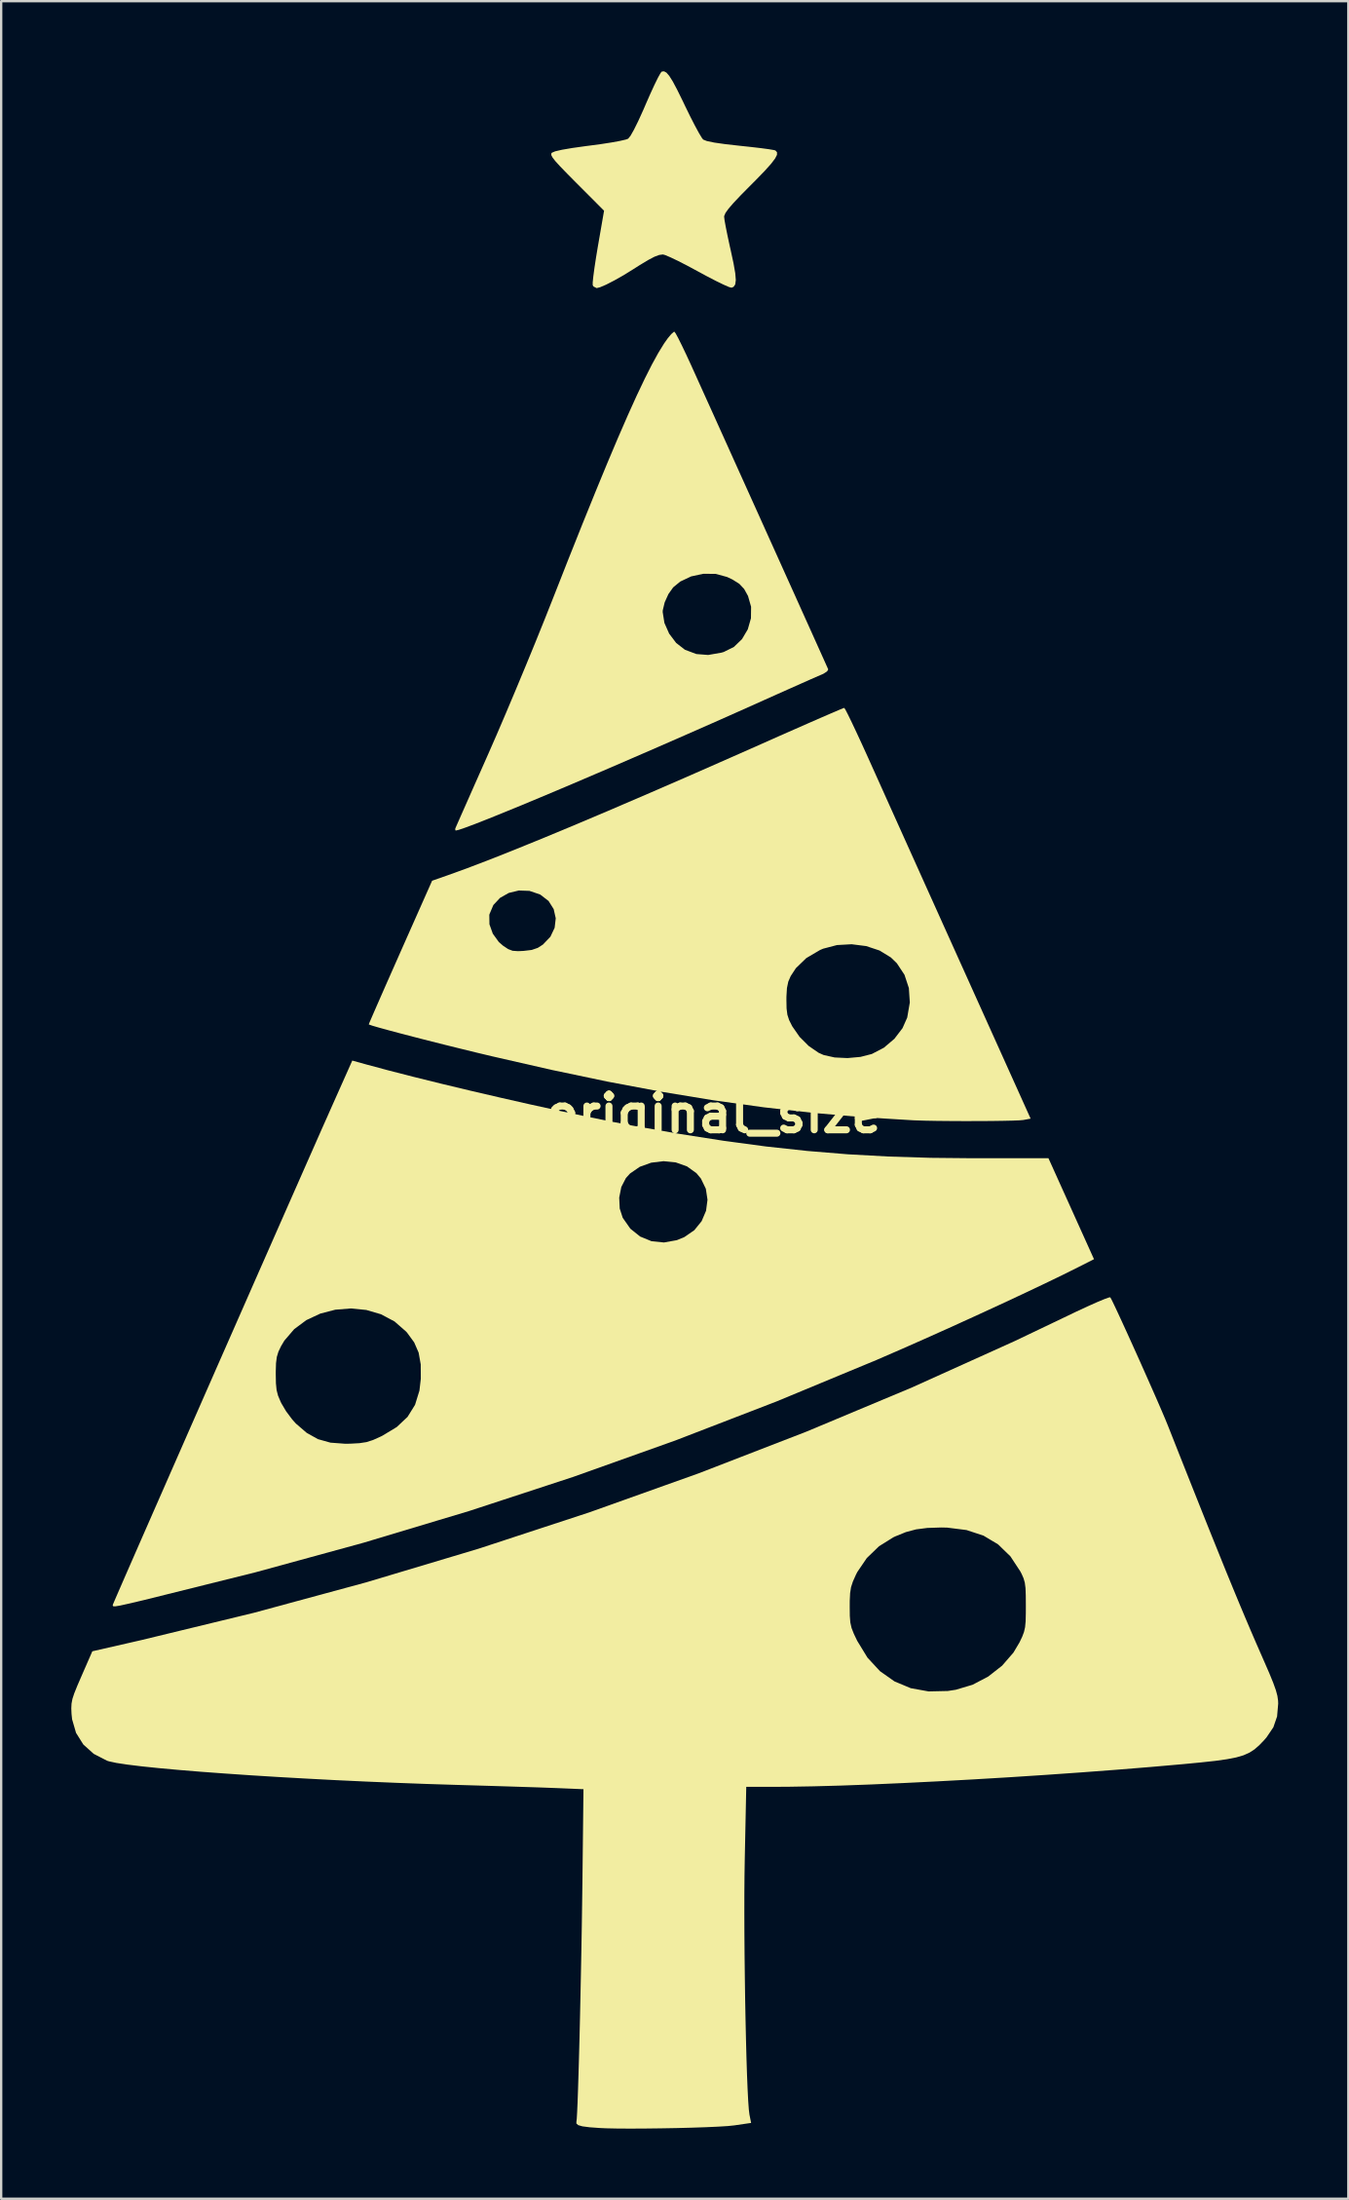
<source format=kicad_pcb>
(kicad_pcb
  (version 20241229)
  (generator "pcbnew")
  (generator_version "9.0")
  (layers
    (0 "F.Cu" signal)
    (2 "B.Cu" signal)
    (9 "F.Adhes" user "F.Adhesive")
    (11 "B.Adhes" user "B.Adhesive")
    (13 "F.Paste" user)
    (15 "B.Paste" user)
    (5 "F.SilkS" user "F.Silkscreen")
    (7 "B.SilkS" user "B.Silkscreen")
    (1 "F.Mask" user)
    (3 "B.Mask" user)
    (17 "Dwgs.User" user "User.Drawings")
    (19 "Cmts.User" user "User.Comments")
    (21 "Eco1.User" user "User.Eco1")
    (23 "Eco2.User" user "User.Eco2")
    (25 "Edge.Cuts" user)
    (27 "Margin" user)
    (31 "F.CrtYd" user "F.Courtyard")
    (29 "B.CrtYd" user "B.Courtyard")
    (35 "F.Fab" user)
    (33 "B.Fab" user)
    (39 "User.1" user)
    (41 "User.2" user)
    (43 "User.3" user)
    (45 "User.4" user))
  (footprint "original_size"
    (layer "F.Cu")
    (at 27.5 44.577)
    (property "Reference" "original_size" (at 0 0 0) (layer "F.SilkS") (effects (font (size 1.524 1.524) (thickness 0.3))))
    (attr board_only exclude_from_pos_files exclude_from_bom)
    (fp_poly (pts (xy -2.04 -44.521) (xy -1.92 -44.383) (xy -1.771 -44.146) (xy -1.583 -43.793) (xy -1.343 -43.306) (xy -1.242 -43.094) (xy -1.026 -42.653) (xy -0.825 -42.26) (xy -0.653 -41.943) (xy -0.526 -41.732) (xy -0.468 -41.658) (xy -0.312 -41.596) (xy 0.009 -41.529) (xy 0.489 -41.461) (xy 1.105 -41.392) (xy 1.582 -41.341) (xy 2.002 -41.292) (xy 2.336 -41.247) (xy 2.552 -41.211) (xy 2.62 -41.193) (xy 2.689 -41.118) (xy 2.689 -41.007) (xy 2.607 -40.847) (xy 2.436 -40.622) (xy 2.164 -40.319) (xy 1.781 -39.924) (xy 1.566 -39.709) (xy 1.141 -39.279) (xy 0.828 -38.948) (xy 0.614 -38.7) (xy 0.486 -38.521) (xy 0.432 -38.395) (xy 0.428 -38.355) (xy 0.447 -38.199) (xy 0.499 -37.913) (xy 0.576 -37.534) (xy 0.67 -37.097) (xy 0.711 -36.915) (xy 0.831 -36.358) (xy 0.903 -35.945) (xy 0.927 -35.653) (xy 0.903 -35.465) (xy 0.832 -35.36) (xy 0.743 -35.323) (xy 0.631 -35.354) (xy 0.398 -35.456) (xy 0.07 -35.616) (xy -0.325 -35.821) (xy -0.696 -36.022) (xy -1.133 -36.257) (xy -1.53 -36.461) (xy -1.86 -36.619) (xy -2.093 -36.718) (xy -2.193 -36.745) (xy -2.352 -36.723) (xy -2.553 -36.648) (xy -2.824 -36.506) (xy -3.19 -36.285) (xy -3.454 -36.117) (xy -3.869 -35.86) (xy -4.267 -35.635) (xy -4.615 -35.456) (xy -4.882 -35.342) (xy -5.026 -35.306) (xy -5.16 -35.374) (xy -5.194 -35.428) (xy -5.195 -35.548) (xy -5.169 -35.805) (xy -5.12 -36.171) (xy -5.052 -36.617) (xy -4.975 -37.083) (xy -4.709 -38.616) (xy -5.887 -39.796) (xy -6.293 -40.206) (xy -6.591 -40.514) (xy -6.794 -40.737) (xy -6.914 -40.893) (xy -6.967 -40.996) (xy -6.965 -41.064) (xy -6.941 -41.096) (xy -6.802 -41.155) (xy -6.508 -41.223) (xy -6.069 -41.298) (xy -5.499 -41.378) (xy -5.334 -41.399) (xy -4.84 -41.465) (xy -4.396 -41.534) (xy -4.032 -41.6) (xy -3.78 -41.658) (xy -3.679 -41.695) (xy -3.58 -41.816) (xy -3.433 -42.075) (xy -3.246 -42.452) (xy -3.03 -42.927) (xy -2.927 -43.166) (xy -2.732 -43.611) (xy -2.553 -44) (xy -2.402 -44.307) (xy -2.292 -44.504) (xy -2.241 -44.566) (xy -2.143 -44.577)) (stroke (width 0) (type solid)) (fill yes) (layer "F.SilkS"))
    (fp_poly (pts (xy -1.647 -33.37) (xy -1.536 -33.166) (xy -1.381 -32.855) (xy -1.194 -32.463) (xy -0.992 -32.025) (xy -0.813 -31.63) (xy -0.585 -31.125) (xy -0.314 -30.525) (xy -0.006 -29.844) (xy 0.332 -29.095) (xy 0.694 -28.292) (xy 1.075 -27.448) (xy 1.468 -26.577) (xy 1.867 -25.693) (xy 2.265 -24.809) (xy 2.657 -23.94) (xy 3.036 -23.099) (xy 3.397 -22.299) (xy 3.732 -21.554) (xy 4.037 -20.878) (xy 4.304 -20.284) (xy 4.528 -19.787) (xy 4.702 -19.4) (xy 4.82 -19.136) (xy 4.877 -19.009) (xy 4.881 -19.001) (xy 4.834 -18.916) (xy 4.673 -18.812) (xy 4.597 -18.778) (xy 4.435 -18.709) (xy 4.143 -18.581) (xy 3.744 -18.404) (xy 3.263 -18.19) (xy 2.722 -17.949) (xy 2.159 -17.697) (xy 1.037 -17.195) (xy -0.098 -16.691) (xy -1.235 -16.191) (xy -2.362 -15.698) (xy -3.468 -15.218) (xy -4.542 -14.754) (xy -5.573 -14.313) (xy -6.549 -13.898) (xy -7.46 -13.515) (xy -8.294 -13.168) (xy -9.041 -12.862) (xy -9.688 -12.601) (xy -10.225 -12.39) (xy -10.64 -12.235) (xy -10.923 -12.139) (xy -11.059 -12.107) (xy -11.08 -12.168) (xy -11.066 -12.213) (xy -11.023 -12.312) (xy -10.919 -12.548) (xy -10.762 -12.904) (xy -10.558 -13.364) (xy -10.317 -13.91) (xy -10.044 -14.525) (xy -9.748 -15.192) (xy -9.652 -15.409) (xy -9.299 -16.216) (xy -8.903 -17.14) (xy -8.482 -18.139) (xy -8.052 -19.172) (xy -7.631 -20.197) (xy -7.237 -21.174) (xy -7.126 -21.454) (xy -2.201 -21.454) (xy -2.127 -20.988) (xy -1.925 -20.53) (xy -1.625 -20.132) (xy -1.259 -19.847) (xy -1.241 -19.837) (xy -0.762 -19.657) (xy -0.257 -19.617) (xy 0.307 -19.715) (xy 0.409 -19.744) (xy 0.843 -19.959) (xy 1.191 -20.293) (xy 1.44 -20.714) (xy 1.575 -21.187) (xy 1.581 -21.678) (xy 1.449 -22.14) (xy 1.284 -22.438) (xy 1.078 -22.658) (xy 0.783 -22.844) (xy 0.554 -22.952) (xy 0.068 -23.084) (xy -0.46 -23.089) (xy -0.982 -22.977) (xy -1.449 -22.757) (xy -1.753 -22.507) (xy -1.957 -22.219) (xy -2.116 -21.866) (xy -2.197 -21.529) (xy -2.201 -21.454) (xy -7.126 -21.454) (xy -6.904 -22.013) (xy -6.244 -23.69) (xy -5.636 -25.213) (xy -5.079 -26.588) (xy -4.571 -27.82) (xy -4.108 -28.915) (xy -3.688 -29.879) (xy -3.308 -30.718) (xy -2.966 -31.437) (xy -2.66 -32.042) (xy -2.386 -32.54) (xy -2.143 -32.935) (xy -1.978 -33.168) (xy -1.832 -33.341) (xy -1.722 -33.437) (xy -1.702 -33.443)) (stroke (width 0) (type solid)) (fill yes) (layer "F.SilkS"))
    (fp_poly (pts (xy 5.615 -17.281) (xy 5.724 -17.07) (xy 5.884 -16.742) (xy 6.085 -16.316) (xy 6.319 -15.811) (xy 6.577 -15.244) (xy 6.684 -15.006) (xy 6.889 -14.551) (xy 7.155 -13.959) (xy 7.475 -13.247) (xy 7.841 -12.434) (xy 8.245 -11.537) (xy 8.679 -10.573) (xy 9.135 -9.56) (xy 9.606 -8.515) (xy 10.083 -7.456) (xy 10.559 -6.4) (xy 10.639 -6.223) (xy 13.539 0.212) (xy 13.226 0.27) (xy 13.059 0.285) (xy 12.752 0.297) (xy 12.333 0.306) (xy 11.829 0.313) (xy 11.27 0.316) (xy 10.684 0.317) (xy 10.099 0.314) (xy 9.544 0.309) (xy 9.048 0.3) (xy 8.638 0.287) (xy 8.509 0.282) (xy 6.378 0.152) (xy 4.259 -0.032) (xy 2.13 -0.272) (xy -0.034 -0.573) (xy -2.254 -0.938) (xy -4.555 -1.37) (xy -6.959 -1.874) (xy -9.483 -2.45) (xy -10.166 -2.613) (xy -10.866 -2.784) (xy -11.564 -2.957) (xy -12.24 -3.127) (xy -12.875 -3.29) (xy -13.45 -3.44) (xy -13.945 -3.572) (xy -14.341 -3.681) (xy -14.62 -3.762) (xy -14.761 -3.811) (xy -14.774 -3.82) (xy -14.741 -3.904) (xy -14.646 -4.125) (xy -14.497 -4.468) (xy -14.322 -4.868) (xy 3.092 -4.868) (xy 3.099 -4.499) (xy 3.133 -4.232) (xy 3.208 -4.002) (xy 3.338 -3.744) (xy 3.341 -3.738) (xy 3.654 -3.287) (xy 4.045 -2.896) (xy 4.467 -2.606) (xy 4.684 -2.509) (xy 5.155 -2.404) (xy 5.704 -2.378) (xy 6.259 -2.428) (xy 6.746 -2.553) (xy 7.261 -2.821) (xy 7.71 -3.201) (xy 8.058 -3.656) (xy 8.26 -4.11) (xy 8.371 -4.755) (xy 8.33 -5.372) (xy 8.143 -5.939) (xy 7.817 -6.432) (xy 7.559 -6.682) (xy 7.078 -6.977) (xy 6.504 -7.167) (xy 5.882 -7.246) (xy 5.254 -7.211) (xy 4.664 -7.056) (xy 4.53 -6.999) (xy 3.943 -6.654) (xy 3.498 -6.224) (xy 3.275 -5.884) (xy 3.172 -5.646) (xy 3.115 -5.374) (xy 3.093 -5.008) (xy 3.092 -4.868) (xy -14.322 -4.868) (xy -14.302 -4.914) (xy -14.067 -5.449) (xy -13.799 -6.054) (xy -13.507 -6.714) (xy -13.42 -6.911) (xy -12.716 -8.497) (xy -9.618 -8.497) (xy -9.612 -8.099) (xy -9.468 -7.697) (xy -9.209 -7.339) (xy -9.029 -7.183) (xy -8.812 -7.039) (xy -8.623 -6.967) (xy -8.392 -6.95) (xy -8.159 -6.96) (xy -7.805 -7.002) (xy -7.543 -7.092) (xy -7.325 -7.232) (xy -7.005 -7.566) (xy -6.823 -7.951) (xy -6.776 -8.356) (xy -6.864 -8.748) (xy -7.083 -9.096) (xy -7.433 -9.366) (xy -7.454 -9.377) (xy -7.901 -9.528) (xy -8.356 -9.544) (xy -8.786 -9.44) (xy -9.16 -9.228) (xy -9.445 -8.922) (xy -9.61 -8.533) (xy -9.618 -8.497) (xy -12.716 -8.497) (xy -12.065 -9.962) (xy -11.388 -10.199) (xy -10.571 -10.495) (xy -9.607 -10.863) (xy -8.501 -11.302) (xy -7.258 -11.808) (xy -5.884 -12.38) (xy -4.382 -13.016) (xy -2.758 -13.714) (xy -1.018 -14.47) (xy 0.834 -15.285) (xy 2.052 -15.824) (xy 2.768 -16.142) (xy 3.437 -16.437) (xy 4.042 -16.703) (xy 4.569 -16.933) (xy 5 -17.12) (xy 5.32 -17.257) (xy 5.513 -17.337) (xy 5.565 -17.355)) (stroke (width 0) (type solid)) (fill yes) (layer "F.SilkS"))
    (fp_poly (pts (xy -14.873 -2.103) (xy -13.931 -1.85) (xy -12.854 -1.574) (xy -11.678 -1.283) (xy -10.434 -0.985) (xy -9.156 -0.688) (xy -7.877 -0.398) (xy -6.63 -0.125) (xy -5.449 0.125) (xy -4.367 0.345) (xy -3.536 0.503) (xy -1.504 0.861) (xy 0.404 1.159) (xy 2.221 1.403) (xy 3.983 1.594) (xy 5.721 1.737) (xy 7.471 1.833) (xy 9.265 1.888) (xy 10.94 1.904) (xy 14.302 1.905) (xy 16.25 6.223) (xy 15.597 6.554) (xy 14.905 6.898) (xy 14.083 7.295) (xy 13.16 7.732) (xy 12.161 8.198) (xy 11.115 8.679) (xy 10.048 9.164) (xy 8.988 9.639) (xy 7.961 10.093) (xy 6.994 10.512) (xy 6.985 10.517) (xy 2.674 12.305) (xy -1.657 13.975) (xy -6.031 15.534) (xy -10.468 16.988) (xy -14.99 18.346) (xy -19.619 19.613) (xy -24.377 20.797) (xy -24.667 20.866) (xy -25.111 20.969) (xy -25.416 21.036) (xy -25.604 21.067) (xy -25.701 21.067) (xy -25.73 21.037) (xy -25.715 20.979) (xy -25.714 20.976) (xy -25.657 20.842) (xy -25.537 20.564) (xy -25.358 20.154) (xy -25.126 19.621) (xy -24.845 18.979) (xy -24.52 18.237) (xy -24.156 17.407) (xy -23.758 16.501) (xy -23.331 15.528) (xy -22.88 14.501) (xy -22.41 13.43) (xy -21.925 12.327) (xy -21.431 11.203) (xy -21.401 11.134) (xy -18.753 11.134) (xy -18.746 11.53) (xy -18.718 11.818) (xy -18.656 12.058) (xy -18.549 12.311) (xy -18.515 12.382) (xy -18.312 12.725) (xy -18.051 13.075) (xy -17.892 13.252) (xy -17.427 13.652) (xy -16.947 13.919) (xy -16.411 14.069) (xy -15.781 14.116) (xy -15.565 14.113) (xy -15.171 14.091) (xy -14.871 14.045) (xy -14.593 13.956) (xy -14.261 13.806) (xy -14.194 13.773) (xy -13.579 13.402) (xy -13.115 12.966) (xy -12.795 12.451) (xy -12.607 11.843) (xy -12.548 11.334) (xy -12.552 10.721) (xy -12.642 10.218) (xy -12.832 9.781) (xy -13.135 9.366) (xy -13.176 9.32) (xy -13.672 8.886) (xy -14.249 8.579) (xy -14.881 8.394) (xy -15.542 8.33) (xy -16.207 8.383) (xy -16.849 8.55) (xy -17.444 8.828) (xy -17.964 9.214) (xy -18.386 9.706) (xy -18.527 9.943) (xy -18.64 10.181) (xy -18.708 10.404) (xy -18.742 10.669) (xy -18.753 11.034) (xy -18.753 11.134) (xy -21.401 11.134) (xy -20.932 10.068) (xy -20.433 8.935) (xy -19.94 7.814) (xy -19.457 6.716) (xy -18.988 5.653) (xy -18.54 4.635) (xy -18.116 3.674) (xy -18.079 3.59) (xy -4.061 3.59) (xy -4.039 4.056) (xy -3.911 4.452) (xy -3.585 4.918) (xy -3.166 5.254) (xy -2.678 5.454) (xy -2.146 5.508) (xy -1.595 5.409) (xy -1.277 5.279) (xy -0.848 4.983) (xy -0.536 4.598) (xy -0.346 4.153) (xy -0.284 3.681) (xy -0.355 3.211) (xy -0.566 2.774) (xy -0.756 2.546) (xy -1.16 2.255) (xy -1.642 2.084) (xy -2.165 2.032) (xy -2.69 2.095) (xy -3.18 2.271) (xy -3.596 2.557) (xy -3.774 2.753) (xy -3.971 3.135) (xy -4.061 3.59) (xy -18.079 3.59) (xy -17.722 2.781) (xy -17.363 1.967) (xy -17.043 1.243) (xy -16.768 0.62) (xy -16.541 0.111) (xy -16.43 -0.141) (xy -15.48 -2.271)) (stroke (width 0) (type solid)) (fill yes) (layer "F.SilkS"))
    (fp_poly (pts (xy 17 7.948) (xy 17.111 8.177) (xy 17.271 8.517) (xy 17.47 8.948) (xy 17.699 9.448) (xy 17.946 9.995) (xy 18.204 10.568) (xy 18.461 11.145) (xy 18.709 11.705) (xy 18.938 12.225) (xy 19.138 12.686) (xy 19.299 13.064) (xy 19.411 13.338) (xy 19.947 14.693) (xy 20.428 15.903) (xy 20.858 16.983) (xy 21.244 17.948) (xy 21.592 18.811) (xy 21.906 19.587) (xy 22.194 20.289) (xy 22.46 20.931) (xy 22.71 21.527) (xy 22.95 22.092) (xy 23.186 22.639) (xy 23.424 23.183) (xy 23.528 23.42) (xy 23.757 23.946) (xy 23.921 24.349) (xy 24.031 24.657) (xy 24.096 24.899) (xy 24.125 25.103) (xy 24.13 25.23) (xy 24.082 25.779) (xy 23.923 26.241) (xy 23.629 26.675) (xy 23.522 26.798) (xy 23.317 27.011) (xy 23.117 27.185) (xy 22.901 27.325) (xy 22.648 27.438) (xy 22.334 27.53) (xy 21.938 27.607) (xy 21.439 27.677) (xy 20.813 27.745) (xy 20.075 27.816) (xy 18.681 27.938) (xy 17.216 28.057) (xy 15.701 28.171) (xy 14.156 28.279) (xy 12.602 28.38) (xy 11.059 28.472) (xy 9.549 28.554) (xy 8.092 28.626) (xy 6.709 28.687) (xy 5.421 28.734) (xy 4.248 28.766) (xy 3.211 28.784) (xy 2.698 28.787) (xy 1.374 28.787) (xy 1.31 31.898) (xy 1.299 32.582) (xy 1.293 33.351) (xy 1.292 34.186) (xy 1.295 35.07) (xy 1.302 35.984) (xy 1.313 36.911) (xy 1.326 37.831) (xy 1.343 38.727) (xy 1.362 39.582) (xy 1.383 40.376) (xy 1.406 41.091) (xy 1.431 41.71) (xy 1.457 42.215) (xy 1.484 42.587) (xy 1.511 42.808) (xy 1.512 42.811) (xy 1.582 43.161) (xy 0.855 43.267) (xy 0.582 43.295) (xy 0.17 43.32) (xy -0.353 43.344) (xy -0.956 43.364) (xy -1.61 43.381) (xy -2.286 43.393) (xy -2.953 43.401) (xy -3.583 43.404) (xy -4.145 43.401) (xy -4.611 43.391) (xy -4.868 43.38) (xy -5.325 43.347) (xy -5.634 43.307) (xy -5.816 43.255) (xy -5.893 43.185) (xy -5.892 43.112) (xy -5.877 42.986) (xy -5.861 42.705) (xy -5.842 42.286) (xy -5.823 41.744) (xy -5.802 41.093) (xy -5.781 40.349) (xy -5.759 39.527) (xy -5.738 38.643) (xy -5.718 37.711) (xy -5.698 36.748) (xy -5.679 35.768) (xy -5.662 34.786) (xy -5.648 33.818) (xy -5.635 32.879) (xy -5.632 32.626) (xy -5.59 28.889) (xy -6.711 28.842) (xy -7.06 28.829) (xy -7.55 28.811) (xy -8.153 28.792) (xy -8.842 28.77) (xy -9.588 28.747) (xy -10.364 28.724) (xy -11.049 28.704) (xy -12.324 28.664) (xy -13.613 28.616) (xy -14.903 28.562) (xy -16.183 28.502) (xy -17.439 28.436) (xy -18.659 28.367) (xy -19.829 28.294) (xy -20.937 28.218) (xy -21.97 28.142) (xy -22.916 28.064) (xy -23.762 27.987) (xy -24.494 27.911) (xy -25.101 27.837) (xy -25.569 27.766) (xy -25.885 27.698) (xy -25.968 27.672) (xy -26.54 27.378) (xy -26.986 26.977) (xy -27.297 26.48) (xy -27.466 25.898) (xy -27.49 25.669) (xy -27.5 25.431) (xy -27.49 25.23) (xy -27.451 25.026) (xy -27.371 24.783) (xy -27.241 24.461) (xy -27.062 24.047) (xy -26.6 22.991) (xy -24.497 22.511) (xy -19.684 21.344) (xy -18.734 21.086) (xy 5.8 21.086) (xy 5.804 21.477) (xy 5.826 21.76) (xy 5.879 21.995) (xy 5.977 22.244) (xy 6.121 22.545) (xy 6.559 23.262) (xy 7.094 23.841) (xy 7.714 24.278) (xy 8.41 24.569) (xy 9.173 24.707) (xy 9.993 24.689) (xy 10.339 24.636) (xy 11.057 24.422) (xy 11.727 24.07) (xy 12.32 23.605) (xy 12.803 23.048) (xy 13.061 22.615) (xy 13.178 22.37) (xy 13.255 22.166) (xy 13.302 21.96) (xy 13.326 21.705) (xy 13.334 21.357) (xy 13.335 21.041) (xy 13.332 20.6) (xy 13.32 20.286) (xy 13.29 20.057) (xy 13.237 19.87) (xy 13.154 19.682) (xy 13.099 19.576) (xy 12.673 18.929) (xy 12.147 18.419) (xy 11.522 18.045) (xy 10.795 17.806) (xy 9.966 17.702) (xy 9.708 17.697) (xy 9.12 17.716) (xy 8.638 17.778) (xy 8.202 17.894) (xy 7.749 18.078) (xy 7.662 18.119) (xy 7.055 18.498) (xy 6.531 19.004) (xy 6.124 19.602) (xy 6.061 19.727) (xy 5.935 20.01) (xy 5.857 20.249) (xy 5.817 20.504) (xy 5.801 20.834) (xy 5.8 21.086) (xy -18.734 21.086) (xy -14.875 20.04) (xy -10.087 18.607) (xy -5.34 17.05) (xy -0.652 15.377) (xy 3.956 13.594) (xy 8.466 11.707) (xy 12.859 9.724) (xy 14.98 8.711) (xy 15.503 8.46) (xy 15.977 8.241) (xy 16.379 8.061) (xy 16.689 7.932) (xy 16.885 7.861) (xy 16.946 7.853)) (stroke (width 0) (type solid)) (fill yes) (layer "F.SilkS")))
  (gr_rect
    (start -3 -3)
    (end 54.63 90.981)
    (stroke (width 0.1) (type default))
    (fill no)
    (layer "Edge.Cuts")))
</source>
